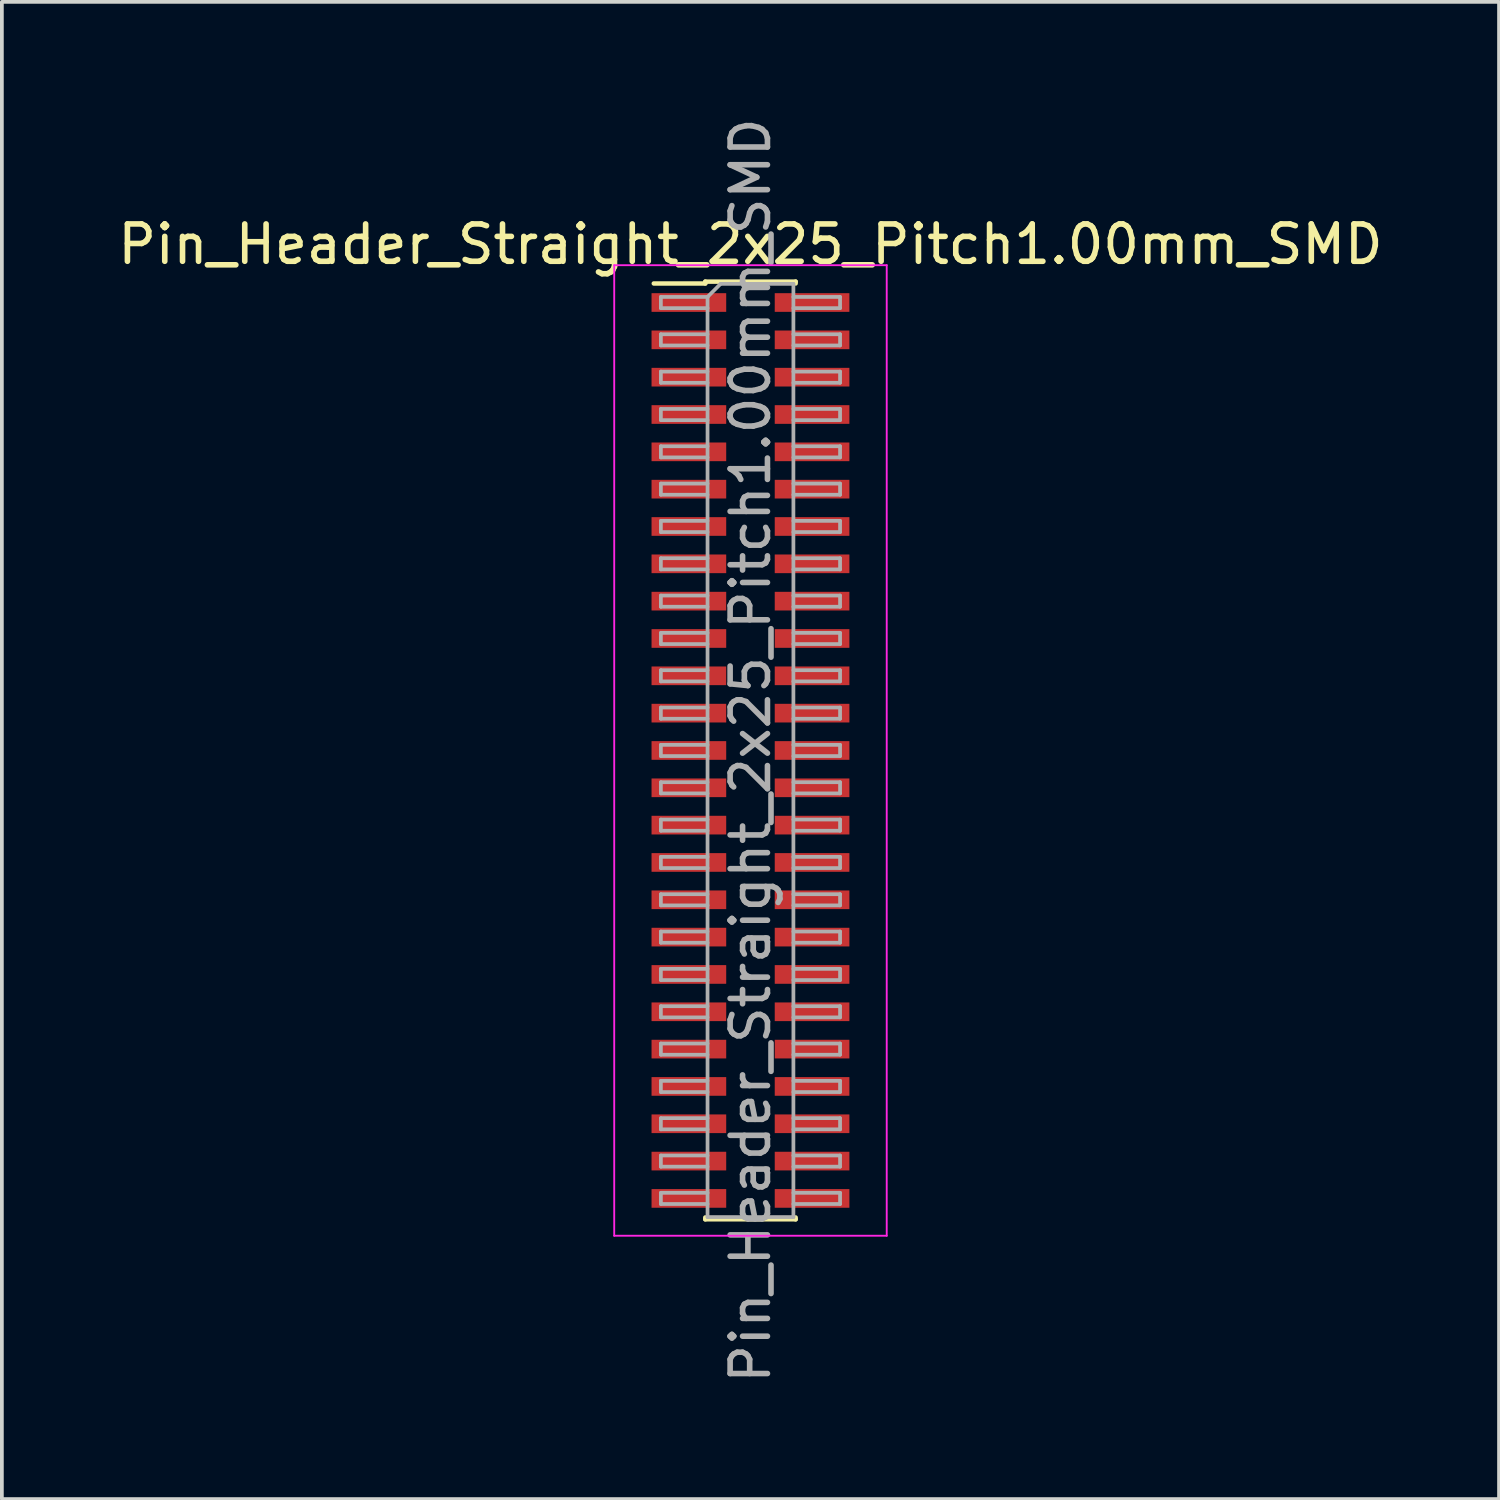
<source format=kicad_pcb>
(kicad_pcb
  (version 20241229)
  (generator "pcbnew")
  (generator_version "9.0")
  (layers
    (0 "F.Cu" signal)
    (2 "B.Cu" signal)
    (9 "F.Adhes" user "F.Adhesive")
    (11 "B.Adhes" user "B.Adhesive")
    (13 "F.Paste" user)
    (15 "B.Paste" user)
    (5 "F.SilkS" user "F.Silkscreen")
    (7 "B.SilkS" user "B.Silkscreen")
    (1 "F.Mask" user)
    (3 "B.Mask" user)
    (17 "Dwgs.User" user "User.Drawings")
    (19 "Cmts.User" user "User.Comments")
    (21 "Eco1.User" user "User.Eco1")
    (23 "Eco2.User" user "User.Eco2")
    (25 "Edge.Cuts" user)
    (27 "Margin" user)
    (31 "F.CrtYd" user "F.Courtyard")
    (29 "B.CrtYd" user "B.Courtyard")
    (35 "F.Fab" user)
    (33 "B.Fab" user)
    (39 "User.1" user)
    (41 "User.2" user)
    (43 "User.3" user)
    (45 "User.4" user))
  (footprint "Pin_Header_Straight_2x25_Pitch1.00mm_SMD"
    (layer "F.Cu")
    (at 17.054 17.054)
    (property "Reference" "Pin_Header_Straight_2x25_Pitch1.00mm_SMD" (at 0 -13.56 0) (layer "F.SilkS") (effects (font (size 1 1) (thickness 0.15))))
    (attr smd)
    (fp_line (start -2.59 -12.51) (end -1.21 -12.51) (stroke (width 0.12) (type solid)) (layer "F.SilkS"))
    (fp_line (start -1.21 -12.56) (end -1.21 -12.51) (stroke (width 0.12) (type solid)) (layer "F.SilkS"))
    (fp_line (start -1.21 -12.56) (end 1.21 -12.56) (stroke (width 0.12) (type solid)) (layer "F.SilkS"))
    (fp_line (start -1.21 12.51) (end -1.21 12.56) (stroke (width 0.12) (type solid)) (layer "F.SilkS"))
    (fp_line (start -1.21 12.56) (end 1.21 12.56) (stroke (width 0.12) (type solid)) (layer "F.SilkS"))
    (fp_line (start 1.21 -12.56) (end 1.21 -12.51) (stroke (width 0.12) (type solid)) (layer "F.SilkS"))
    (fp_line (start 1.21 12.51) (end 1.21 12.56) (stroke (width 0.12) (type solid)) (layer "F.SilkS"))
    (fp_line (start -3.65 -13) (end -3.65 13) (stroke (width 0.05) (type solid)) (layer "F.CrtYd"))
    (fp_line (start -3.65 13) (end 3.65 13) (stroke (width 0.05) (type solid)) (layer "F.CrtYd"))
    (fp_line (start 3.65 -13) (end -3.65 -13) (stroke (width 0.05) (type solid)) (layer "F.CrtYd"))
    (fp_line (start 3.65 13) (end 3.65 -13) (stroke (width 0.05) (type solid)) (layer "F.CrtYd"))
    (fp_line (start -2.4 -12.15) (end -2.4 -11.85) (stroke (width 0.1) (type solid)) (layer "F.Fab"))
    (fp_line (start -2.4 -11.85) (end -1.15 -11.85) (stroke (width 0.1) (type solid)) (layer "F.Fab"))
    (fp_line (start -2.4 -11.15) (end -2.4 -10.85) (stroke (width 0.1) (type solid)) (layer "F.Fab"))
    (fp_line (start -2.4 -10.85) (end -1.15 -10.85) (stroke (width 0.1) (type solid)) (layer "F.Fab"))
    (fp_line (start -2.4 -10.15) (end -2.4 -9.85) (stroke (width 0.1) (type solid)) (layer "F.Fab"))
    (fp_line (start -2.4 -9.85) (end -1.15 -9.85) (stroke (width 0.1) (type solid)) (layer "F.Fab"))
    (fp_line (start -2.4 -9.15) (end -2.4 -8.85) (stroke (width 0.1) (type solid)) (layer "F.Fab"))
    (fp_line (start -2.4 -8.85) (end -1.15 -8.85) (stroke (width 0.1) (type solid)) (layer "F.Fab"))
    (fp_line (start -2.4 -8.15) (end -2.4 -7.85) (stroke (width 0.1) (type solid)) (layer "F.Fab"))
    (fp_line (start -2.4 -7.85) (end -1.15 -7.85) (stroke (width 0.1) (type solid)) (layer "F.Fab"))
    (fp_line (start -2.4 -7.15) (end -2.4 -6.85) (stroke (width 0.1) (type solid)) (layer "F.Fab"))
    (fp_line (start -2.4 -6.85) (end -1.15 -6.85) (stroke (width 0.1) (type solid)) (layer "F.Fab"))
    (fp_line (start -2.4 -6.15) (end -2.4 -5.85) (stroke (width 0.1) (type solid)) (layer "F.Fab"))
    (fp_line (start -2.4 -5.85) (end -1.15 -5.85) (stroke (width 0.1) (type solid)) (layer "F.Fab"))
    (fp_line (start -2.4 -5.15) (end -2.4 -4.85) (stroke (width 0.1) (type solid)) (layer "F.Fab"))
    (fp_line (start -2.4 -4.85) (end -1.15 -4.85) (stroke (width 0.1) (type solid)) (layer "F.Fab"))
    (fp_line (start -2.4 -4.15) (end -2.4 -3.85) (stroke (width 0.1) (type solid)) (layer "F.Fab"))
    (fp_line (start -2.4 -3.85) (end -1.15 -3.85) (stroke (width 0.1) (type solid)) (layer "F.Fab"))
    (fp_line (start -2.4 -3.15) (end -2.4 -2.85) (stroke (width 0.1) (type solid)) (layer "F.Fab"))
    (fp_line (start -2.4 -2.85) (end -1.15 -2.85) (stroke (width 0.1) (type solid)) (layer "F.Fab"))
    (fp_line (start -2.4 -2.15) (end -2.4 -1.85) (stroke (width 0.1) (type solid)) (layer "F.Fab"))
    (fp_line (start -2.4 -1.85) (end -1.15 -1.85) (stroke (width 0.1) (type solid)) (layer "F.Fab"))
    (fp_line (start -2.4 -1.15) (end -2.4 -0.85) (stroke (width 0.1) (type solid)) (layer "F.Fab"))
    (fp_line (start -2.4 -0.85) (end -1.15 -0.85) (stroke (width 0.1) (type solid)) (layer "F.Fab"))
    (fp_line (start -2.4 -0.15) (end -2.4 0.15) (stroke (width 0.1) (type solid)) (layer "F.Fab"))
    (fp_line (start -2.4 0.15) (end -1.15 0.15) (stroke (width 0.1) (type solid)) (layer "F.Fab"))
    (fp_line (start -2.4 0.85) (end -2.4 1.15) (stroke (width 0.1) (type solid)) (layer "F.Fab"))
    (fp_line (start -2.4 1.15) (end -1.15 1.15) (stroke (width 0.1) (type solid)) (layer "F.Fab"))
    (fp_line (start -2.4 1.85) (end -2.4 2.15) (stroke (width 0.1) (type solid)) (layer "F.Fab"))
    (fp_line (start -2.4 2.15) (end -1.15 2.15) (stroke (width 0.1) (type solid)) (layer "F.Fab"))
    (fp_line (start -2.4 2.85) (end -2.4 3.15) (stroke (width 0.1) (type solid)) (layer "F.Fab"))
    (fp_line (start -2.4 3.15) (end -1.15 3.15) (stroke (width 0.1) (type solid)) (layer "F.Fab"))
    (fp_line (start -2.4 3.85) (end -2.4 4.15) (stroke (width 0.1) (type solid)) (layer "F.Fab"))
    (fp_line (start -2.4 4.15) (end -1.15 4.15) (stroke (width 0.1) (type solid)) (layer "F.Fab"))
    (fp_line (start -2.4 4.85) (end -2.4 5.15) (stroke (width 0.1) (type solid)) (layer "F.Fab"))
    (fp_line (start -2.4 5.15) (end -1.15 5.15) (stroke (width 0.1) (type solid)) (layer "F.Fab"))
    (fp_line (start -2.4 5.85) (end -2.4 6.15) (stroke (width 0.1) (type solid)) (layer "F.Fab"))
    (fp_line (start -2.4 6.15) (end -1.15 6.15) (stroke (width 0.1) (type solid)) (layer "F.Fab"))
    (fp_line (start -2.4 6.85) (end -2.4 7.15) (stroke (width 0.1) (type solid)) (layer "F.Fab"))
    (fp_line (start -2.4 7.15) (end -1.15 7.15) (stroke (width 0.1) (type solid)) (layer "F.Fab"))
    (fp_line (start -2.4 7.85) (end -2.4 8.15) (stroke (width 0.1) (type solid)) (layer "F.Fab"))
    (fp_line (start -2.4 8.15) (end -1.15 8.15) (stroke (width 0.1) (type solid)) (layer "F.Fab"))
    (fp_line (start -2.4 8.85) (end -2.4 9.15) (stroke (width 0.1) (type solid)) (layer "F.Fab"))
    (fp_line (start -2.4 9.15) (end -1.15 9.15) (stroke (width 0.1) (type solid)) (layer "F.Fab"))
    (fp_line (start -2.4 9.85) (end -2.4 10.15) (stroke (width 0.1) (type solid)) (layer "F.Fab"))
    (fp_line (start -2.4 10.15) (end -1.15 10.15) (stroke (width 0.1) (type solid)) (layer "F.Fab"))
    (fp_line (start -2.4 10.85) (end -2.4 11.15) (stroke (width 0.1) (type solid)) (layer "F.Fab"))
    (fp_line (start -2.4 11.15) (end -1.15 11.15) (stroke (width 0.1) (type solid)) (layer "F.Fab"))
    (fp_line (start -2.4 11.85) (end -2.4 12.15) (stroke (width 0.1) (type solid)) (layer "F.Fab"))
    (fp_line (start -2.4 12.15) (end -1.15 12.15) (stroke (width 0.1) (type solid)) (layer "F.Fab"))
    (fp_line (start -1.15 -12.15) (end -2.4 -12.15) (stroke (width 0.1) (type solid)) (layer "F.Fab"))
    (fp_line (start -1.15 -12.15) (end -0.8 -12.5) (stroke (width 0.1) (type solid)) (layer "F.Fab"))
    (fp_line (start -1.15 -11.15) (end -2.4 -11.15) (stroke (width 0.1) (type solid)) (layer "F.Fab"))
    (fp_line (start -1.15 -10.15) (end -2.4 -10.15) (stroke (width 0.1) (type solid)) (layer "F.Fab"))
    (fp_line (start -1.15 -9.15) (end -2.4 -9.15) (stroke (width 0.1) (type solid)) (layer "F.Fab"))
    (fp_line (start -1.15 -8.15) (end -2.4 -8.15) (stroke (width 0.1) (type solid)) (layer "F.Fab"))
    (fp_line (start -1.15 -7.15) (end -2.4 -7.15) (stroke (width 0.1) (type solid)) (layer "F.Fab"))
    (fp_line (start -1.15 -6.15) (end -2.4 -6.15) (stroke (width 0.1) (type solid)) (layer "F.Fab"))
    (fp_line (start -1.15 -5.15) (end -2.4 -5.15) (stroke (width 0.1) (type solid)) (layer "F.Fab"))
    (fp_line (start -1.15 -4.15) (end -2.4 -4.15) (stroke (width 0.1) (type solid)) (layer "F.Fab"))
    (fp_line (start -1.15 -3.15) (end -2.4 -3.15) (stroke (width 0.1) (type solid)) (layer "F.Fab"))
    (fp_line (start -1.15 -2.15) (end -2.4 -2.15) (stroke (width 0.1) (type solid)) (layer "F.Fab"))
    (fp_line (start -1.15 -1.15) (end -2.4 -1.15) (stroke (width 0.1) (type solid)) (layer "F.Fab"))
    (fp_line (start -1.15 -0.15) (end -2.4 -0.15) (stroke (width 0.1) (type solid)) (layer "F.Fab"))
    (fp_line (start -1.15 0.85) (end -2.4 0.85) (stroke (width 0.1) (type solid)) (layer "F.Fab"))
    (fp_line (start -1.15 1.85) (end -2.4 1.85) (stroke (width 0.1) (type solid)) (layer "F.Fab"))
    (fp_line (start -1.15 2.85) (end -2.4 2.85) (stroke (width 0.1) (type solid)) (layer "F.Fab"))
    (fp_line (start -1.15 3.85) (end -2.4 3.85) (stroke (width 0.1) (type solid)) (layer "F.Fab"))
    (fp_line (start -1.15 4.85) (end -2.4 4.85) (stroke (width 0.1) (type solid)) (layer "F.Fab"))
    (fp_line (start -1.15 5.85) (end -2.4 5.85) (stroke (width 0.1) (type solid)) (layer "F.Fab"))
    (fp_line (start -1.15 6.85) (end -2.4 6.85) (stroke (width 0.1) (type solid)) (layer "F.Fab"))
    (fp_line (start -1.15 7.85) (end -2.4 7.85) (stroke (width 0.1) (type solid)) (layer "F.Fab"))
    (fp_line (start -1.15 8.85) (end -2.4 8.85) (stroke (width 0.1) (type solid)) (layer "F.Fab"))
    (fp_line (start -1.15 9.85) (end -2.4 9.85) (stroke (width 0.1) (type solid)) (layer "F.Fab"))
    (fp_line (start -1.15 10.85) (end -2.4 10.85) (stroke (width 0.1) (type solid)) (layer "F.Fab"))
    (fp_line (start -1.15 11.85) (end -2.4 11.85) (stroke (width 0.1) (type solid)) (layer "F.Fab"))
    (fp_line (start -1.15 12.5) (end -1.15 -12.15) (stroke (width 0.1) (type solid)) (layer "F.Fab"))
    (fp_line (start -0.8 -12.5) (end 1.15 -12.5) (stroke (width 0.1) (type solid)) (layer "F.Fab"))
    (fp_line (start 1.15 -12.5) (end 1.15 12.5) (stroke (width 0.1) (type solid)) (layer "F.Fab"))
    (fp_line (start 1.15 -12.15) (end 2.4 -12.15) (stroke (width 0.1) (type solid)) (layer "F.Fab"))
    (fp_line (start 1.15 -11.15) (end 2.4 -11.15) (stroke (width 0.1) (type solid)) (layer "F.Fab"))
    (fp_line (start 1.15 -10.15) (end 2.4 -10.15) (stroke (width 0.1) (type solid)) (layer "F.Fab"))
    (fp_line (start 1.15 -9.15) (end 2.4 -9.15) (stroke (width 0.1) (type solid)) (layer "F.Fab"))
    (fp_line (start 1.15 -8.15) (end 2.4 -8.15) (stroke (width 0.1) (type solid)) (layer "F.Fab"))
    (fp_line (start 1.15 -7.15) (end 2.4 -7.15) (stroke (width 0.1) (type solid)) (layer "F.Fab"))
    (fp_line (start 1.15 -6.15) (end 2.4 -6.15) (stroke (width 0.1) (type solid)) (layer "F.Fab"))
    (fp_line (start 1.15 -5.15) (end 2.4 -5.15) (stroke (width 0.1) (type solid)) (layer "F.Fab"))
    (fp_line (start 1.15 -4.15) (end 2.4 -4.15) (stroke (width 0.1) (type solid)) (layer "F.Fab"))
    (fp_line (start 1.15 -3.15) (end 2.4 -3.15) (stroke (width 0.1) (type solid)) (layer "F.Fab"))
    (fp_line (start 1.15 -2.15) (end 2.4 -2.15) (stroke (width 0.1) (type solid)) (layer "F.Fab"))
    (fp_line (start 1.15 -1.15) (end 2.4 -1.15) (stroke (width 0.1) (type solid)) (layer "F.Fab"))
    (fp_line (start 1.15 -0.15) (end 2.4 -0.15) (stroke (width 0.1) (type solid)) (layer "F.Fab"))
    (fp_line (start 1.15 0.85) (end 2.4 0.85) (stroke (width 0.1) (type solid)) (layer "F.Fab"))
    (fp_line (start 1.15 1.85) (end 2.4 1.85) (stroke (width 0.1) (type solid)) (layer "F.Fab"))
    (fp_line (start 1.15 2.85) (end 2.4 2.85) (stroke (width 0.1) (type solid)) (layer "F.Fab"))
    (fp_line (start 1.15 3.85) (end 2.4 3.85) (stroke (width 0.1) (type solid)) (layer "F.Fab"))
    (fp_line (start 1.15 4.85) (end 2.4 4.85) (stroke (width 0.1) (type solid)) (layer "F.Fab"))
    (fp_line (start 1.15 5.85) (end 2.4 5.85) (stroke (width 0.1) (type solid)) (layer "F.Fab"))
    (fp_line (start 1.15 6.85) (end 2.4 6.85) (stroke (width 0.1) (type solid)) (layer "F.Fab"))
    (fp_line (start 1.15 7.85) (end 2.4 7.85) (stroke (width 0.1) (type solid)) (layer "F.Fab"))
    (fp_line (start 1.15 8.85) (end 2.4 8.85) (stroke (width 0.1) (type solid)) (layer "F.Fab"))
    (fp_line (start 1.15 9.85) (end 2.4 9.85) (stroke (width 0.1) (type solid)) (layer "F.Fab"))
    (fp_line (start 1.15 10.85) (end 2.4 10.85) (stroke (width 0.1) (type solid)) (layer "F.Fab"))
    (fp_line (start 1.15 11.85) (end 2.4 11.85) (stroke (width 0.1) (type solid)) (layer "F.Fab"))
    (fp_line (start 1.15 12.5) (end -1.15 12.5) (stroke (width 0.1) (type solid)) (layer "F.Fab"))
    (fp_line (start 2.4 -12.15) (end 2.4 -11.85) (stroke (width 0.1) (type solid)) (layer "F.Fab"))
    (fp_line (start 2.4 -11.85) (end 1.15 -11.85) (stroke (width 0.1) (type solid)) (layer "F.Fab"))
    (fp_line (start 2.4 -11.15) (end 2.4 -10.85) (stroke (width 0.1) (type solid)) (layer "F.Fab"))
    (fp_line (start 2.4 -10.85) (end 1.15 -10.85) (stroke (width 0.1) (type solid)) (layer "F.Fab"))
    (fp_line (start 2.4 -10.15) (end 2.4 -9.85) (stroke (width 0.1) (type solid)) (layer "F.Fab"))
    (fp_line (start 2.4 -9.85) (end 1.15 -9.85) (stroke (width 0.1) (type solid)) (layer "F.Fab"))
    (fp_line (start 2.4 -9.15) (end 2.4 -8.85) (stroke (width 0.1) (type solid)) (layer "F.Fab"))
    (fp_line (start 2.4 -8.85) (end 1.15 -8.85) (stroke (width 0.1) (type solid)) (layer "F.Fab"))
    (fp_line (start 2.4 -8.15) (end 2.4 -7.85) (stroke (width 0.1) (type solid)) (layer "F.Fab"))
    (fp_line (start 2.4 -7.85) (end 1.15 -7.85) (stroke (width 0.1) (type solid)) (layer "F.Fab"))
    (fp_line (start 2.4 -7.15) (end 2.4 -6.85) (stroke (width 0.1) (type solid)) (layer "F.Fab"))
    (fp_line (start 2.4 -6.85) (end 1.15 -6.85) (stroke (width 0.1) (type solid)) (layer "F.Fab"))
    (fp_line (start 2.4 -6.15) (end 2.4 -5.85) (stroke (width 0.1) (type solid)) (layer "F.Fab"))
    (fp_line (start 2.4 -5.85) (end 1.15 -5.85) (stroke (width 0.1) (type solid)) (layer "F.Fab"))
    (fp_line (start 2.4 -5.15) (end 2.4 -4.85) (stroke (width 0.1) (type solid)) (layer "F.Fab"))
    (fp_line (start 2.4 -4.85) (end 1.15 -4.85) (stroke (width 0.1) (type solid)) (layer "F.Fab"))
    (fp_line (start 2.4 -4.15) (end 2.4 -3.85) (stroke (width 0.1) (type solid)) (layer "F.Fab"))
    (fp_line (start 2.4 -3.85) (end 1.15 -3.85) (stroke (width 0.1) (type solid)) (layer "F.Fab"))
    (fp_line (start 2.4 -3.15) (end 2.4 -2.85) (stroke (width 0.1) (type solid)) (layer "F.Fab"))
    (fp_line (start 2.4 -2.85) (end 1.15 -2.85) (stroke (width 0.1) (type solid)) (layer "F.Fab"))
    (fp_line (start 2.4 -2.15) (end 2.4 -1.85) (stroke (width 0.1) (type solid)) (layer "F.Fab"))
    (fp_line (start 2.4 -1.85) (end 1.15 -1.85) (stroke (width 0.1) (type solid)) (layer "F.Fab"))
    (fp_line (start 2.4 -1.15) (end 2.4 -0.85) (stroke (width 0.1) (type solid)) (layer "F.Fab"))
    (fp_line (start 2.4 -0.85) (end 1.15 -0.85) (stroke (width 0.1) (type solid)) (layer "F.Fab"))
    (fp_line (start 2.4 -0.15) (end 2.4 0.15) (stroke (width 0.1) (type solid)) (layer "F.Fab"))
    (fp_line (start 2.4 0.15) (end 1.15 0.15) (stroke (width 0.1) (type solid)) (layer "F.Fab"))
    (fp_line (start 2.4 0.85) (end 2.4 1.15) (stroke (width 0.1) (type solid)) (layer "F.Fab"))
    (fp_line (start 2.4 1.15) (end 1.15 1.15) (stroke (width 0.1) (type solid)) (layer "F.Fab"))
    (fp_line (start 2.4 1.85) (end 2.4 2.15) (stroke (width 0.1) (type solid)) (layer "F.Fab"))
    (fp_line (start 2.4 2.15) (end 1.15 2.15) (stroke (width 0.1) (type solid)) (layer "F.Fab"))
    (fp_line (start 2.4 2.85) (end 2.4 3.15) (stroke (width 0.1) (type solid)) (layer "F.Fab"))
    (fp_line (start 2.4 3.15) (end 1.15 3.15) (stroke (width 0.1) (type solid)) (layer "F.Fab"))
    (fp_line (start 2.4 3.85) (end 2.4 4.15) (stroke (width 0.1) (type solid)) (layer "F.Fab"))
    (fp_line (start 2.4 4.15) (end 1.15 4.15) (stroke (width 0.1) (type solid)) (layer "F.Fab"))
    (fp_line (start 2.4 4.85) (end 2.4 5.15) (stroke (width 0.1) (type solid)) (layer "F.Fab"))
    (fp_line (start 2.4 5.15) (end 1.15 5.15) (stroke (width 0.1) (type solid)) (layer "F.Fab"))
    (fp_line (start 2.4 5.85) (end 2.4 6.15) (stroke (width 0.1) (type solid)) (layer "F.Fab"))
    (fp_line (start 2.4 6.15) (end 1.15 6.15) (stroke (width 0.1) (type solid)) (layer "F.Fab"))
    (fp_line (start 2.4 6.85) (end 2.4 7.15) (stroke (width 0.1) (type solid)) (layer "F.Fab"))
    (fp_line (start 2.4 7.15) (end 1.15 7.15) (stroke (width 0.1) (type solid)) (layer "F.Fab"))
    (fp_line (start 2.4 7.85) (end 2.4 8.15) (stroke (width 0.1) (type solid)) (layer "F.Fab"))
    (fp_line (start 2.4 8.15) (end 1.15 8.15) (stroke (width 0.1) (type solid)) (layer "F.Fab"))
    (fp_line (start 2.4 8.85) (end 2.4 9.15) (stroke (width 0.1) (type solid)) (layer "F.Fab"))
    (fp_line (start 2.4 9.15) (end 1.15 9.15) (stroke (width 0.1) (type solid)) (layer "F.Fab"))
    (fp_line (start 2.4 9.85) (end 2.4 10.15) (stroke (width 0.1) (type solid)) (layer "F.Fab"))
    (fp_line (start 2.4 10.15) (end 1.15 10.15) (stroke (width 0.1) (type solid)) (layer "F.Fab"))
    (fp_line (start 2.4 10.85) (end 2.4 11.15) (stroke (width 0.1) (type solid)) (layer "F.Fab"))
    (fp_line (start 2.4 11.15) (end 1.15 11.15) (stroke (width 0.1) (type solid)) (layer "F.Fab"))
    (fp_line (start 2.4 11.85) (end 2.4 12.15) (stroke (width 0.1) (type solid)) (layer "F.Fab"))
    (fp_line (start 2.4 12.15) (end 1.15 12.15) (stroke (width 0.1) (type solid)) (layer "F.Fab"))
    (fp_text user "${REFERENCE}" (at 0 0 90) (layer "F.Fab") (effects (font (size 1 1) (thickness 0.15))))
    (pad "1" smd rect (at -1.65 -12) (size 2 0.5) (layers "F.Cu" "F.Mask" "F.Paste"))
    (pad "2" smd rect (at 1.65 -12) (size 2 0.5) (layers "F.Cu" "F.Mask" "F.Paste"))
    (pad "3" smd rect (at -1.65 -11) (size 2 0.5) (layers "F.Cu" "F.Mask" "F.Paste"))
    (pad "4" smd rect (at 1.65 -11) (size 2 0.5) (layers "F.Cu" "F.Mask" "F.Paste"))
    (pad "5" smd rect (at -1.65 -10) (size 2 0.5) (layers "F.Cu" "F.Mask" "F.Paste"))
    (pad "6" smd rect (at 1.65 -10) (size 2 0.5) (layers "F.Cu" "F.Mask" "F.Paste"))
    (pad "7" smd rect (at -1.65 -9) (size 2 0.5) (layers "F.Cu" "F.Mask" "F.Paste"))
    (pad "8" smd rect (at 1.65 -9) (size 2 0.5) (layers "F.Cu" "F.Mask" "F.Paste"))
    (pad "9" smd rect (at -1.65 -8) (size 2 0.5) (layers "F.Cu" "F.Mask" "F.Paste"))
    (pad "10" smd rect (at 1.65 -8) (size 2 0.5) (layers "F.Cu" "F.Mask" "F.Paste"))
    (pad "11" smd rect (at -1.65 -7) (size 2 0.5) (layers "F.Cu" "F.Mask" "F.Paste"))
    (pad "12" smd rect (at 1.65 -7) (size 2 0.5) (layers "F.Cu" "F.Mask" "F.Paste"))
    (pad "13" smd rect (at -1.65 -6) (size 2 0.5) (layers "F.Cu" "F.Mask" "F.Paste"))
    (pad "14" smd rect (at 1.65 -6) (size 2 0.5) (layers "F.Cu" "F.Mask" "F.Paste"))
    (pad "15" smd rect (at -1.65 -5) (size 2 0.5) (layers "F.Cu" "F.Mask" "F.Paste"))
    (pad "16" smd rect (at 1.65 -5) (size 2 0.5) (layers "F.Cu" "F.Mask" "F.Paste"))
    (pad "17" smd rect (at -1.65 -4) (size 2 0.5) (layers "F.Cu" "F.Mask" "F.Paste"))
    (pad "18" smd rect (at 1.65 -4) (size 2 0.5) (layers "F.Cu" "F.Mask" "F.Paste"))
    (pad "19" smd rect (at -1.65 -3) (size 2 0.5) (layers "F.Cu" "F.Mask" "F.Paste"))
    (pad "20" smd rect (at 1.65 -3) (size 2 0.5) (layers "F.Cu" "F.Mask" "F.Paste"))
    (pad "21" smd rect (at -1.65 -2) (size 2 0.5) (layers "F.Cu" "F.Mask" "F.Paste"))
    (pad "22" smd rect (at 1.65 -2) (size 2 0.5) (layers "F.Cu" "F.Mask" "F.Paste"))
    (pad "23" smd rect (at -1.65 -1) (size 2 0.5) (layers "F.Cu" "F.Mask" "F.Paste"))
    (pad "24" smd rect (at 1.65 -1) (size 2 0.5) (layers "F.Cu" "F.Mask" "F.Paste"))
    (pad "25" smd rect (at -1.65 0) (size 2 0.5) (layers "F.Cu" "F.Mask" "F.Paste"))
    (pad "26" smd rect (at 1.65 0) (size 2 0.5) (layers "F.Cu" "F.Mask" "F.Paste"))
    (pad "27" smd rect (at -1.65 1) (size 2 0.5) (layers "F.Cu" "F.Mask" "F.Paste"))
    (pad "28" smd rect (at 1.65 1) (size 2 0.5) (layers "F.Cu" "F.Mask" "F.Paste"))
    (pad "29" smd rect (at -1.65 2) (size 2 0.5) (layers "F.Cu" "F.Mask" "F.Paste"))
    (pad "30" smd rect (at 1.65 2) (size 2 0.5) (layers "F.Cu" "F.Mask" "F.Paste"))
    (pad "31" smd rect (at -1.65 3) (size 2 0.5) (layers "F.Cu" "F.Mask" "F.Paste"))
    (pad "32" smd rect (at 1.65 3) (size 2 0.5) (layers "F.Cu" "F.Mask" "F.Paste"))
    (pad "33" smd rect (at -1.65 4) (size 2 0.5) (layers "F.Cu" "F.Mask" "F.Paste"))
    (pad "34" smd rect (at 1.65 4) (size 2 0.5) (layers "F.Cu" "F.Mask" "F.Paste"))
    (pad "35" smd rect (at -1.65 5) (size 2 0.5) (layers "F.Cu" "F.Mask" "F.Paste"))
    (pad "36" smd rect (at 1.65 5) (size 2 0.5) (layers "F.Cu" "F.Mask" "F.Paste"))
    (pad "37" smd rect (at -1.65 6) (size 2 0.5) (layers "F.Cu" "F.Mask" "F.Paste"))
    (pad "38" smd rect (at 1.65 6) (size 2 0.5) (layers "F.Cu" "F.Mask" "F.Paste"))
    (pad "39" smd rect (at -1.65 7) (size 2 0.5) (layers "F.Cu" "F.Mask" "F.Paste"))
    (pad "40" smd rect (at 1.65 7) (size 2 0.5) (layers "F.Cu" "F.Mask" "F.Paste"))
    (pad "41" smd rect (at -1.65 8) (size 2 0.5) (layers "F.Cu" "F.Mask" "F.Paste"))
    (pad "42" smd rect (at 1.65 8) (size 2 0.5) (layers "F.Cu" "F.Mask" "F.Paste"))
    (pad "43" smd rect (at -1.65 9) (size 2 0.5) (layers "F.Cu" "F.Mask" "F.Paste"))
    (pad "44" smd rect (at 1.65 9) (size 2 0.5) (layers "F.Cu" "F.Mask" "F.Paste"))
    (pad "45" smd rect (at -1.65 10) (size 2 0.5) (layers "F.Cu" "F.Mask" "F.Paste"))
    (pad "46" smd rect (at 1.65 10) (size 2 0.5) (layers "F.Cu" "F.Mask" "F.Paste"))
    (pad "47" smd rect (at -1.65 11) (size 2 0.5) (layers "F.Cu" "F.Mask" "F.Paste"))
    (pad "48" smd rect (at 1.65 11) (size 2 0.5) (layers "F.Cu" "F.Mask" "F.Paste"))
    (pad "49" smd rect (at -1.65 12) (size 2 0.5) (layers "F.Cu" "F.Mask" "F.Paste"))
    (pad "50" smd rect (at 1.65 12) (size 2 0.5) (layers "F.Cu" "F.Mask" "F.Paste")))
  (gr_rect
    (start -3 -3)
    (end 37.107 37.107)
    (stroke (width 0.1) (type default))
    (fill no)
    (layer "Edge.Cuts")))
</source>
